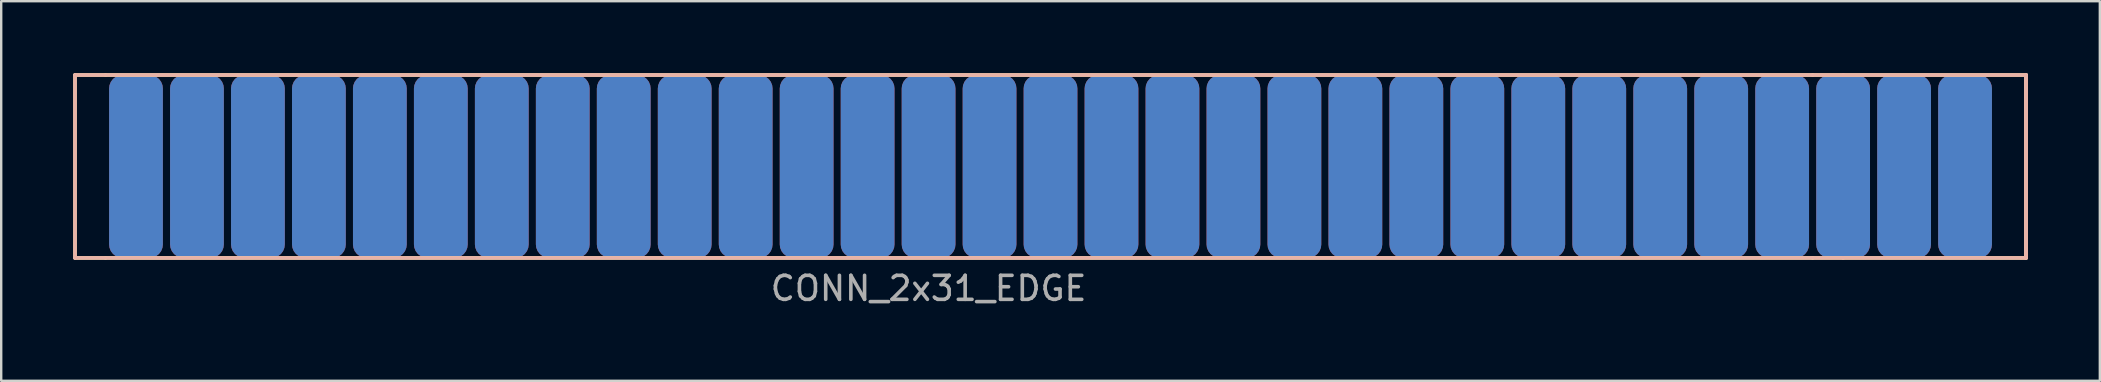
<source format=kicad_pcb>
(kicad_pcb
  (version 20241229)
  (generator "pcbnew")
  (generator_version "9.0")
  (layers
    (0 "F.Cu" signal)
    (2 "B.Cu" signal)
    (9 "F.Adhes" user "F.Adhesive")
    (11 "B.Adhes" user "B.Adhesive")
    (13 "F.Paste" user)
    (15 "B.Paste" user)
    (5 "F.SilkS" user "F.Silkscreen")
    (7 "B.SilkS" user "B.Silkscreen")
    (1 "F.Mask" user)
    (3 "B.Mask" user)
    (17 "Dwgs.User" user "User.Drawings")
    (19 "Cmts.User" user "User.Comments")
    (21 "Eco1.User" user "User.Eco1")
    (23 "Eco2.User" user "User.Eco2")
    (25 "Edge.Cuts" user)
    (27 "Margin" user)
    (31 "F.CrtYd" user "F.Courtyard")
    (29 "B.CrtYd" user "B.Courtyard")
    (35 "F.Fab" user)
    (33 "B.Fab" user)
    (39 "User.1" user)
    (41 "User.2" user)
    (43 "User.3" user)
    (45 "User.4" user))
  (footprint "CONN_2x31_EDGE"
    (layer "F.Cu")
    (at 35.635 3.885)
    (property "Reference" "CONN_2x31_EDGE" (at 0 5.08 0) (layer "F.Fab") (effects (font (size 1 1) (thickness 0.15))))
    (attr through_hole)
    (fp_line (start -35.56 -3.81) (end -35.56 3.81) (stroke (width 0.15) (type solid)) (layer "F.SilkS"))
    (fp_line (start -34.29 -3.81) (end -35.56 -3.81) (stroke (width 0.15) (type solid)) (layer "F.SilkS"))
    (fp_line (start -34.29 -3.81) (end 36.83 -3.81) (stroke (width 0.15) (type solid)) (layer "F.SilkS"))
    (fp_line (start -34.29 3.81) (end -35.56 3.81) (stroke (width 0.15) (type solid)) (layer "F.SilkS"))
    (fp_line (start 36.83 3.81) (end -34.29 3.81) (stroke (width 0.15) (type solid)) (layer "F.SilkS"))
    (fp_line (start 38.1 -3.81) (end 36.83 -3.81) (stroke (width 0.15) (type solid)) (layer "F.SilkS"))
    (fp_line (start 38.1 -3.81) (end 45.72 -3.81) (stroke (width 0.15) (type solid)) (layer "F.SilkS"))
    (fp_line (start 38.1 3.81) (end 36.83 3.81) (stroke (width 0.15) (type solid)) (layer "F.SilkS"))
    (fp_line (start 45.72 -3.81) (end 45.72 3.81) (stroke (width 0.15) (type solid)) (layer "F.SilkS"))
    (fp_line (start 45.72 -3.81) (end 45.72 3.81) (stroke (width 0.15) (type solid)) (layer "F.SilkS"))
    (fp_line (start 45.72 3.81) (end 38.1 3.81) (stroke (width 0.15) (type solid)) (layer "F.SilkS"))
    (fp_line (start -35.56 -3.81) (end 38.1 -3.81) (stroke (width 0.15) (type solid)) (layer "B.SilkS"))
    (fp_line (start -35.56 3.81) (end -35.56 -3.81) (stroke (width 0.15) (type solid)) (layer "B.SilkS"))
    (fp_line (start 38.1 -3.81) (end 45.72 -3.81) (stroke (width 0.15) (type solid)) (layer "B.SilkS"))
    (fp_line (start 38.1 3.81) (end -35.56 3.81) (stroke (width 0.15) (type solid)) (layer "B.SilkS"))
    (fp_line (start 45.72 -3.81) (end 45.72 3.81) (stroke (width 0.15) (type solid)) (layer "B.SilkS"))
    (fp_line (start 45.72 -3.81) (end 45.72 3.81) (stroke (width 0.15) (type solid)) (layer "B.SilkS"))
    (fp_line (start 45.72 3.81) (end 38.1 3.81) (stroke (width 0.15) (type solid)) (layer "B.SilkS"))
    (pad "a1" connect roundrect (at -33.02 0) (size 2.24 7.62) (layers "F.Cu" "F.Mask" "F.Paste") (roundrect_rratio 0.25))
    (pad "a2" connect roundrect (at -30.48 0) (size 2.24 7.62) (layers "F.Cu" "F.Mask" "F.Paste") (roundrect_rratio 0.25))
    (pad "a3" connect roundrect (at -27.94 0) (size 2.24 7.62) (layers "F.Cu" "F.Mask" "F.Paste") (roundrect_rratio 0.25))
    (pad "a4" connect roundrect (at -25.4 0) (size 2.24 7.62) (layers "F.Cu" "F.Mask" "F.Paste") (roundrect_rratio 0.25))
    (pad "a5" connect roundrect (at -22.86 0) (size 2.24 7.62) (layers "F.Cu" "F.Mask" "F.Paste") (roundrect_rratio 0.25))
    (pad "a6" connect roundrect (at -20.32 0) (size 2.24 7.62) (layers "F.Cu" "F.Mask" "F.Paste") (roundrect_rratio 0.25))
    (pad "a7" connect roundrect (at -17.78 0) (size 2.24 7.62) (layers "F.Cu" "F.Mask" "F.Paste") (roundrect_rratio 0.25))
    (pad "a8" connect roundrect (at -15.24 0) (size 2.24 7.62) (layers "F.Cu" "F.Mask" "F.Paste") (roundrect_rratio 0.25))
    (pad "a9" connect roundrect (at -12.7 0) (size 2.24 7.62) (layers "F.Cu" "F.Mask" "F.Paste") (roundrect_rratio 0.25))
    (pad "a10" connect roundrect (at -10.16 0) (size 2.24 7.62) (layers "F.Cu" "F.Mask" "F.Paste") (roundrect_rratio 0.25))
    (pad "a11" connect roundrect (at -7.62 0) (size 2.24 7.62) (layers "F.Cu" "F.Mask" "F.Paste") (roundrect_rratio 0.25))
    (pad "a12" connect roundrect (at -5.08 0) (size 2.24 7.62) (layers "F.Cu" "F.Mask" "F.Paste") (roundrect_rratio 0.25))
    (pad "a13" connect roundrect (at -2.54 0) (size 2.24 7.62) (layers "F.Cu" "F.Mask" "F.Paste") (roundrect_rratio 0.25))
    (pad "a14" connect roundrect (at 0 0) (size 2.24 7.62) (layers "F.Cu" "F.Mask" "F.Paste") (roundrect_rratio 0.25))
    (pad "a15" connect roundrect (at 2.54 0) (size 2.24 7.62) (layers "F.Cu" "F.Mask" "F.Paste") (roundrect_rratio 0.25))
    (pad "a16" connect roundrect (at 5.08 0) (size 2.24 7.62) (layers "F.Cu" "F.Mask" "F.Paste") (roundrect_rratio 0.25))
    (pad "a17" connect roundrect (at 7.62 0) (size 2.24 7.62) (layers "F.Cu" "F.Mask" "F.Paste") (roundrect_rratio 0.25))
    (pad "a18" connect roundrect (at 10.16 0) (size 2.24 7.62) (layers "F.Cu" "F.Mask" "F.Paste") (roundrect_rratio 0.25))
    (pad "a19" connect roundrect (at 12.7 0) (size 2.24 7.62) (layers "F.Cu" "F.Mask" "F.Paste") (roundrect_rratio 0.25))
    (pad "a20" connect roundrect (at 15.24 0) (size 2.24 7.62) (layers "F.Cu" "F.Mask" "F.Paste") (roundrect_rratio 0.25))
    (pad "a21" connect roundrect (at 17.78 0) (size 2.24 7.62) (layers "F.Cu" "F.Mask" "F.Paste") (roundrect_rratio 0.25))
    (pad "a22" connect roundrect (at 20.32 0) (size 2.24 7.62) (layers "F.Cu" "F.Mask" "F.Paste") (roundrect_rratio 0.25))
    (pad "a23" connect roundrect (at 22.86 0) (size 2.24 7.62) (layers "F.Cu" "F.Mask" "F.Paste") (roundrect_rratio 0.25))
    (pad "a24" connect roundrect (at 25.4 0) (size 2.24 7.62) (layers "F.Cu" "F.Mask" "F.Paste") (roundrect_rratio 0.25))
    (pad "a25" connect roundrect (at 27.94 0) (size 2.24 7.62) (layers "F.Cu" "F.Mask" "F.Paste") (roundrect_rratio 0.25))
    (pad "a26" connect roundrect (at 30.48 0) (size 2.24 7.62) (layers "F.Cu" "F.Mask" "F.Paste") (roundrect_rratio 0.25))
    (pad "a27" connect roundrect (at 33.02 0) (size 2.24 7.62) (layers "F.Cu" "F.Mask" "F.Paste") (roundrect_rratio 0.25))
    (pad "a28" connect roundrect (at 35.56 0) (size 2.24 7.62) (layers "F.Cu" "F.Mask" "F.Paste") (roundrect_rratio 0.25))
    (pad "a29" connect roundrect (at 38.1 0) (size 2.24 7.62) (layers "F.Cu" "F.Mask" "F.Paste") (roundrect_rratio 0.25))
    (pad "a30" connect roundrect (at 40.64 0) (size 2.24 7.62) (layers "F.Cu" "F.Mask" "F.Paste") (roundrect_rratio 0.25))
    (pad "a31" connect roundrect (at 43.18 0) (size 2.24 7.62) (layers "F.Cu" "F.Mask" "F.Paste") (roundrect_rratio 0.25))
    (pad "b1" connect roundrect (at -33.02 0) (size 2.24 7.62) (layers "B.Cu" "B.Mask" "B.Paste") (roundrect_rratio 0.25))
    (pad "b2" connect roundrect (at -30.48 0) (size 2.24 7.62) (layers "B.Cu" "B.Mask" "B.Paste") (roundrect_rratio 0.25))
    (pad "b3" connect roundrect (at -27.94 0) (size 2.24 7.62) (layers "B.Cu" "B.Mask" "B.Paste") (roundrect_rratio 0.25))
    (pad "b4" connect roundrect (at -25.4 0) (size 2.24 7.62) (layers "B.Cu" "B.Mask" "B.Paste") (roundrect_rratio 0.25))
    (pad "b5" connect roundrect (at -22.86 0) (size 2.24 7.62) (layers "B.Cu" "B.Mask" "B.Paste") (roundrect_rratio 0.25))
    (pad "b6" connect roundrect (at -20.32 0) (size 2.24 7.62) (layers "B.Cu" "B.Mask" "B.Paste") (roundrect_rratio 0.25))
    (pad "b7" connect roundrect (at -17.78 0) (size 2.24 7.62) (layers "B.Cu" "B.Mask" "B.Paste") (roundrect_rratio 0.25))
    (pad "b8" connect roundrect (at -15.24 0) (size 2.24 7.62) (layers "B.Cu" "B.Mask" "B.Paste") (roundrect_rratio 0.25))
    (pad "b9" connect roundrect (at -12.7 0) (size 2.24 7.62) (layers "B.Cu" "B.Mask" "B.Paste") (roundrect_rratio 0.25))
    (pad "b10" connect roundrect (at -10.16 0) (size 2.24 7.62) (layers "B.Cu" "B.Mask" "B.Paste") (roundrect_rratio 0.25))
    (pad "b11" connect roundrect (at -7.62 0) (size 2.24 7.62) (layers "B.Cu" "B.Mask" "B.Paste") (roundrect_rratio 0.25))
    (pad "b12" connect roundrect (at -5.08 0) (size 2.24 7.62) (layers "B.Cu" "B.Mask" "B.Paste") (roundrect_rratio 0.25))
    (pad "b13" connect roundrect (at -2.54 0) (size 2.24 7.62) (layers "B.Cu" "B.Mask" "B.Paste") (roundrect_rratio 0.25))
    (pad "b14" connect roundrect (at 0 0) (size 2.24 7.62) (layers "B.Cu" "B.Mask" "B.Paste") (roundrect_rratio 0.25))
    (pad "b15" connect roundrect (at 2.54 0) (size 2.24 7.62) (layers "B.Cu" "B.Mask" "B.Paste") (roundrect_rratio 0.25))
    (pad "b16" connect roundrect (at 5.08 0) (size 2.24 7.62) (layers "B.Cu" "B.Mask" "B.Paste") (roundrect_rratio 0.25))
    (pad "b17" connect roundrect (at 7.62 0) (size 2.24 7.62) (layers "B.Cu" "B.Mask" "B.Paste") (roundrect_rratio 0.25))
    (pad "b18" connect roundrect (at 10.16 0) (size 2.24 7.62) (layers "B.Cu" "B.Mask" "B.Paste") (roundrect_rratio 0.25))
    (pad "b19" connect roundrect (at 12.7 0) (size 2.24 7.62) (layers "B.Cu" "B.Mask" "B.Paste") (roundrect_rratio 0.25))
    (pad "b20" connect roundrect (at 15.24 0) (size 2.24 7.62) (layers "B.Cu" "B.Mask" "B.Paste") (roundrect_rratio 0.25))
    (pad "b21" connect roundrect (at 17.78 0) (size 2.24 7.62) (layers "B.Cu" "B.Mask" "B.Paste") (roundrect_rratio 0.25))
    (pad "b22" connect roundrect (at 20.32 0) (size 2.24 7.62) (layers "B.Cu" "B.Mask" "B.Paste") (roundrect_rratio 0.25))
    (pad "b23" connect roundrect (at 22.86 0) (size 2.24 7.62) (layers "B.Cu" "B.Mask" "B.Paste") (roundrect_rratio 0.25))
    (pad "b24" connect roundrect (at 25.4 0) (size 2.24 7.62) (layers "B.Cu" "B.Mask" "B.Paste") (roundrect_rratio 0.25))
    (pad "b25" connect roundrect (at 27.94 0) (size 2.24 7.62) (layers "B.Cu" "B.Mask" "B.Paste") (roundrect_rratio 0.25))
    (pad "b26" connect roundrect (at 30.48 0) (size 2.24 7.62) (layers "B.Cu" "B.Mask" "B.Paste") (roundrect_rratio 0.25))
    (pad "b27" connect roundrect (at 33.02 0) (size 2.24 7.62) (layers "B.Cu" "B.Mask" "B.Paste") (roundrect_rratio 0.25))
    (pad "b28" connect roundrect (at 35.56 0) (size 2.24 7.62) (layers "B.Cu" "B.Mask" "B.Paste") (roundrect_rratio 0.25))
    (pad "b29" connect roundrect (at 38.1 0) (size 2.24 7.62) (layers "B.Cu" "B.Mask" "B.Paste") (roundrect_rratio 0.25))
    (pad "b30" connect roundrect (at 40.64 0) (size 2.24 7.62) (layers "B.Cu" "B.Mask" "B.Paste") (roundrect_rratio 0.25))
    (pad "b31" connect roundrect (at 43.18 0) (size 2.24 7.62) (layers "B.Cu" "B.Mask" "B.Paste") (roundrect_rratio 0.25)))
  (gr_rect
    (start -3 -3)
    (end 84.43 12.813)
    (stroke (width 0.1) (type default))
    (fill no)
    (layer "Edge.Cuts")))
</source>
